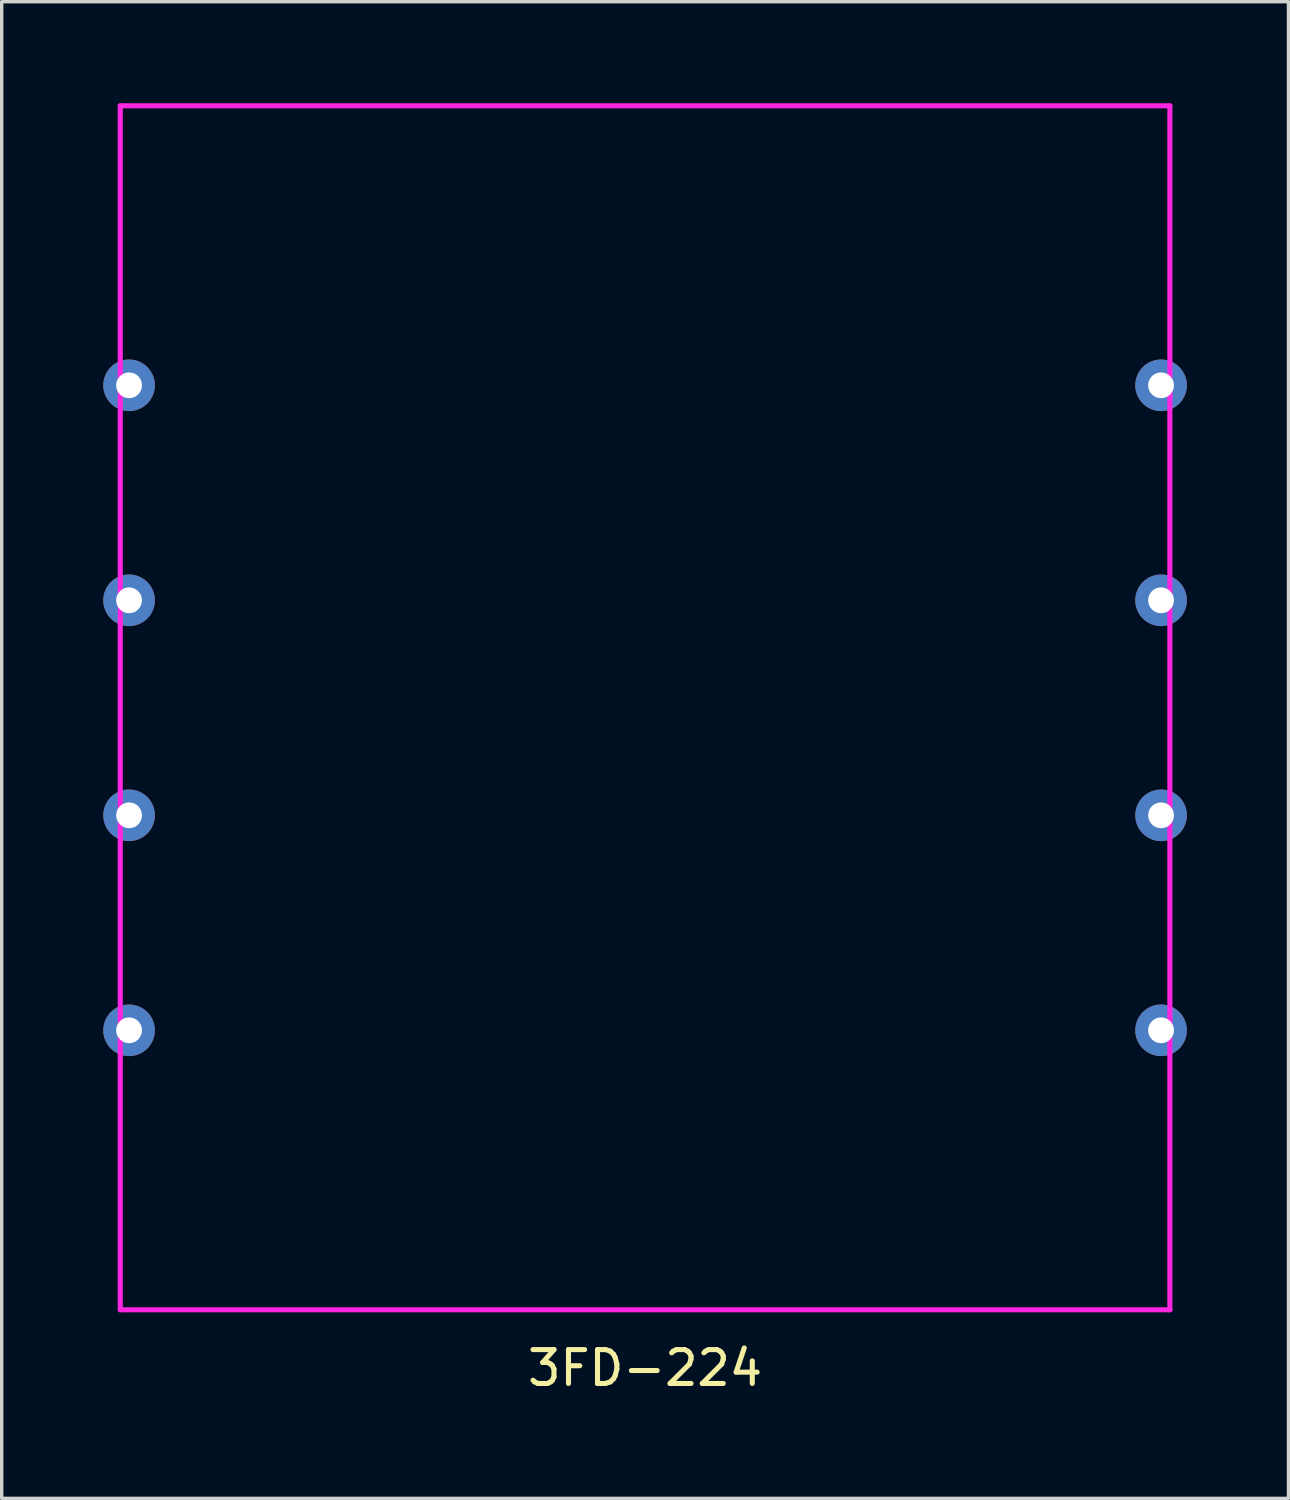
<source format=kicad_pcb>
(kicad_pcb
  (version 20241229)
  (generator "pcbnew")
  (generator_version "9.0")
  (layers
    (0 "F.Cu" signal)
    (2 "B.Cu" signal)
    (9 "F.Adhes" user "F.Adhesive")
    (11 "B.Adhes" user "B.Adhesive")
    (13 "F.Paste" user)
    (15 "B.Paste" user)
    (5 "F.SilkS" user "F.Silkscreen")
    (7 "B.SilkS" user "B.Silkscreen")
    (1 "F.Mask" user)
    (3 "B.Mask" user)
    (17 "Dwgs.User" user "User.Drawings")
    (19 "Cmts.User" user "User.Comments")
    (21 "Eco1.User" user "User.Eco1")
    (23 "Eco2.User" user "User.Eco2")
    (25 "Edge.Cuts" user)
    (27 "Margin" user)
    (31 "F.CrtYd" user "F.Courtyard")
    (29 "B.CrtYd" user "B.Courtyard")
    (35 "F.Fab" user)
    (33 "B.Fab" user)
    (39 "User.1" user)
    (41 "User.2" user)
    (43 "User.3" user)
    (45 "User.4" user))
  (footprint "3FD-224"
    (layer "F.Cu")
    (at 16.002 17.855)
    (property "Reference" "3FD-224" (at 0 19.5 0) (layer "F.SilkS") (effects (font (size 1 1) (thickness 0.15))))
    (attr through_hole)
    (fp_line (start -15.5 -17.78) (end -15.5 17.78) (stroke (width 0.15) (type solid)) (layer "F.CrtYd"))
    (fp_line (start -15.5 -17.78) (end 15.5 -17.78) (stroke (width 0.15) (type solid)) (layer "F.CrtYd"))
    (fp_line (start -15.5 17.78) (end 15.5 17.78) (stroke (width 0.15) (type solid)) (layer "F.CrtYd"))
    (fp_line (start 15.5 -17.78) (end 15.5 17.78) (stroke (width 0.15) (type solid)) (layer "F.CrtYd"))
    (pad "1" thru_hole circle (at -15.24 -9.525) (size 1.524 1.524) (drill 0.762) (layers "*.Cu" "*.Mask"))
    (pad "2" thru_hole circle (at -15.24 -3.175) (size 1.524 1.524) (drill 0.762) (layers "*.Cu" "*.Mask"))
    (pad "3" thru_hole circle (at -15.24 3.175) (size 1.524 1.524) (drill 0.762) (layers "*.Cu" "*.Mask"))
    (pad "4" thru_hole circle (at -15.24 9.525) (size 1.524 1.524) (drill 0.762) (layers "*.Cu" "*.Mask"))
    (pad "5" thru_hole circle (at 15.24 -9.525) (size 1.524 1.524) (drill 0.762) (layers "*.Cu" "*.Mask"))
    (pad "6" thru_hole circle (at 15.24 -3.175) (size 1.524 1.524) (drill 0.762) (layers "*.Cu" "*.Mask"))
    (pad "7" thru_hole circle (at 15.24 3.175) (size 1.524 1.524) (drill 0.762) (layers "*.Cu" "*.Mask"))
    (pad "8" thru_hole circle (at 15.24 9.525) (size 1.524 1.524) (drill 0.762) (layers "*.Cu" "*.Mask")))
  (gr_rect
    (start -3 -3)
    (end 35.004 41.203)
    (stroke (width 0.1) (type default))
    (fill no)
    (layer "Edge.Cuts")))
</source>
